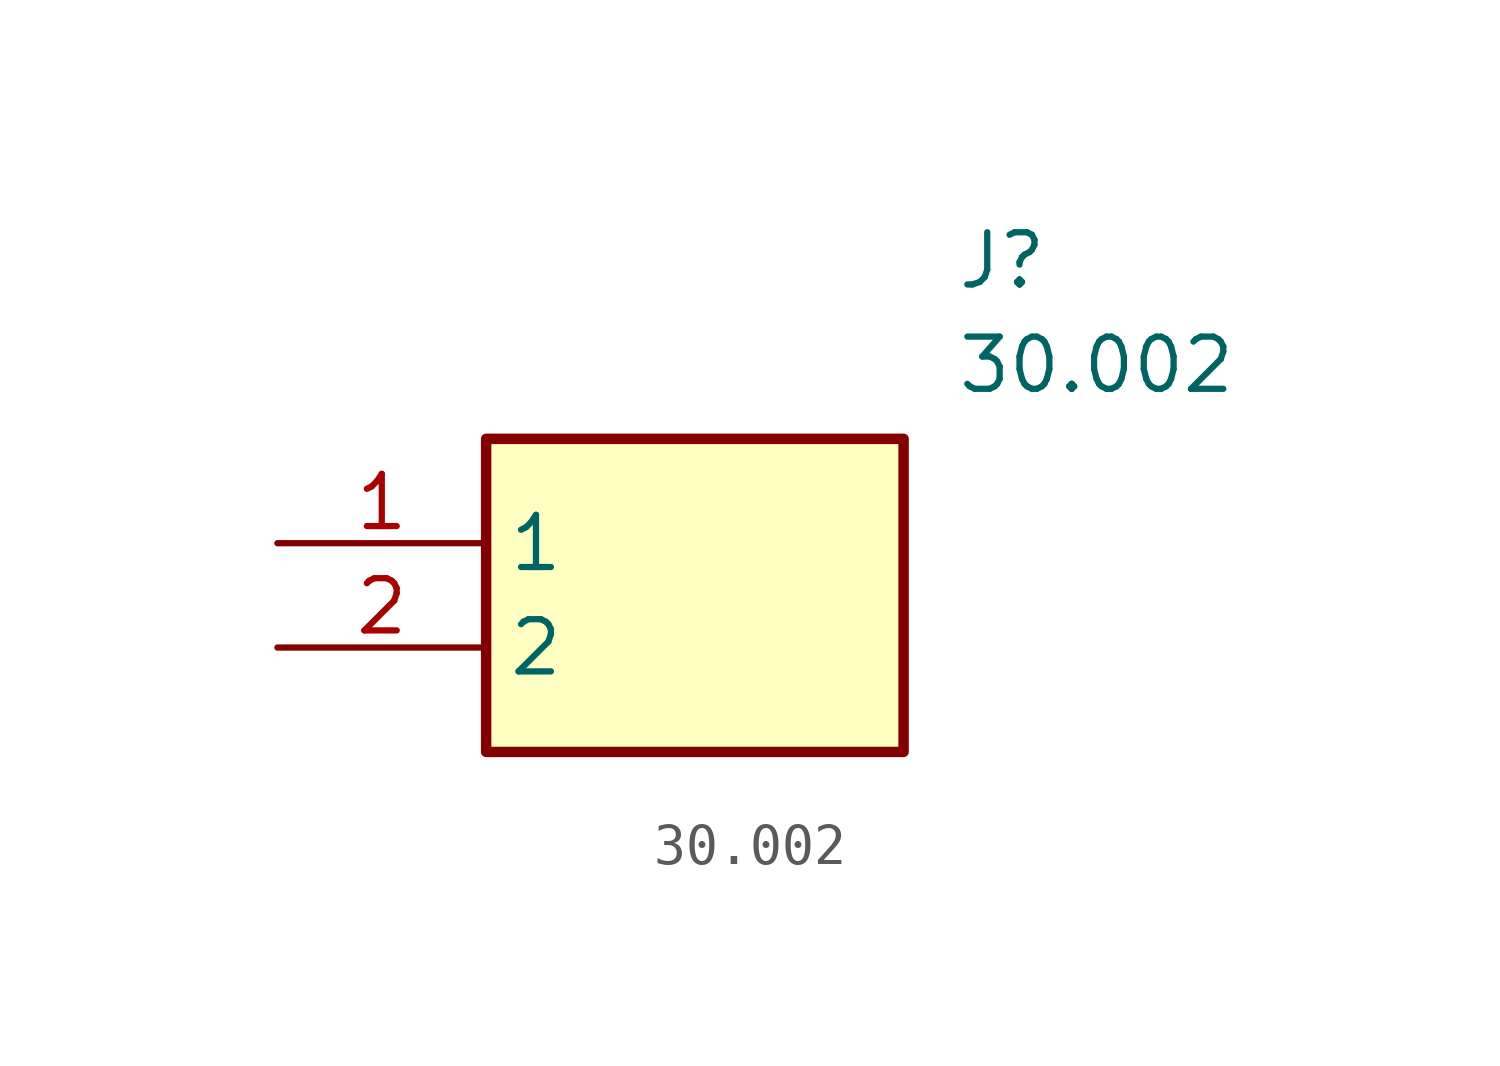
<source format=kicad_sym>
(kicad_symbol_lib
  (version 20211014)
  (generator SamacSys_ECAD_Model)
  (symbol "30.002"
    (property "Reference" "J"
      (at 16.51 7.62 0)
      (effects (font (size 1.27 1.27)) (justify left top)))
    (property "Value" "30.002"
      (at 16.51 5.08 0)
      (effects (font (size 1.27 1.27)) (justify left top)))
    (rectangle
      (start 5.08 2.54)
      (end 15.24 -5.08)
      (stroke (width 0.254) (type default))
      (fill (type background)))
    (pin passive line
      (at 0 0 0)
      (length 5.08)
      (name "1" (effects (font (size 1.27 1.27))))
      (number "1" (effects (font (size 1.27 1.27)))))
    (pin passive line
      (at 0 -2.54 0)
      (length 5.08)
      (name "2" (effects (font (size 1.27 1.27))))
      (number "2" (effects (font (size 1.27 1.27)))))))
</source>
